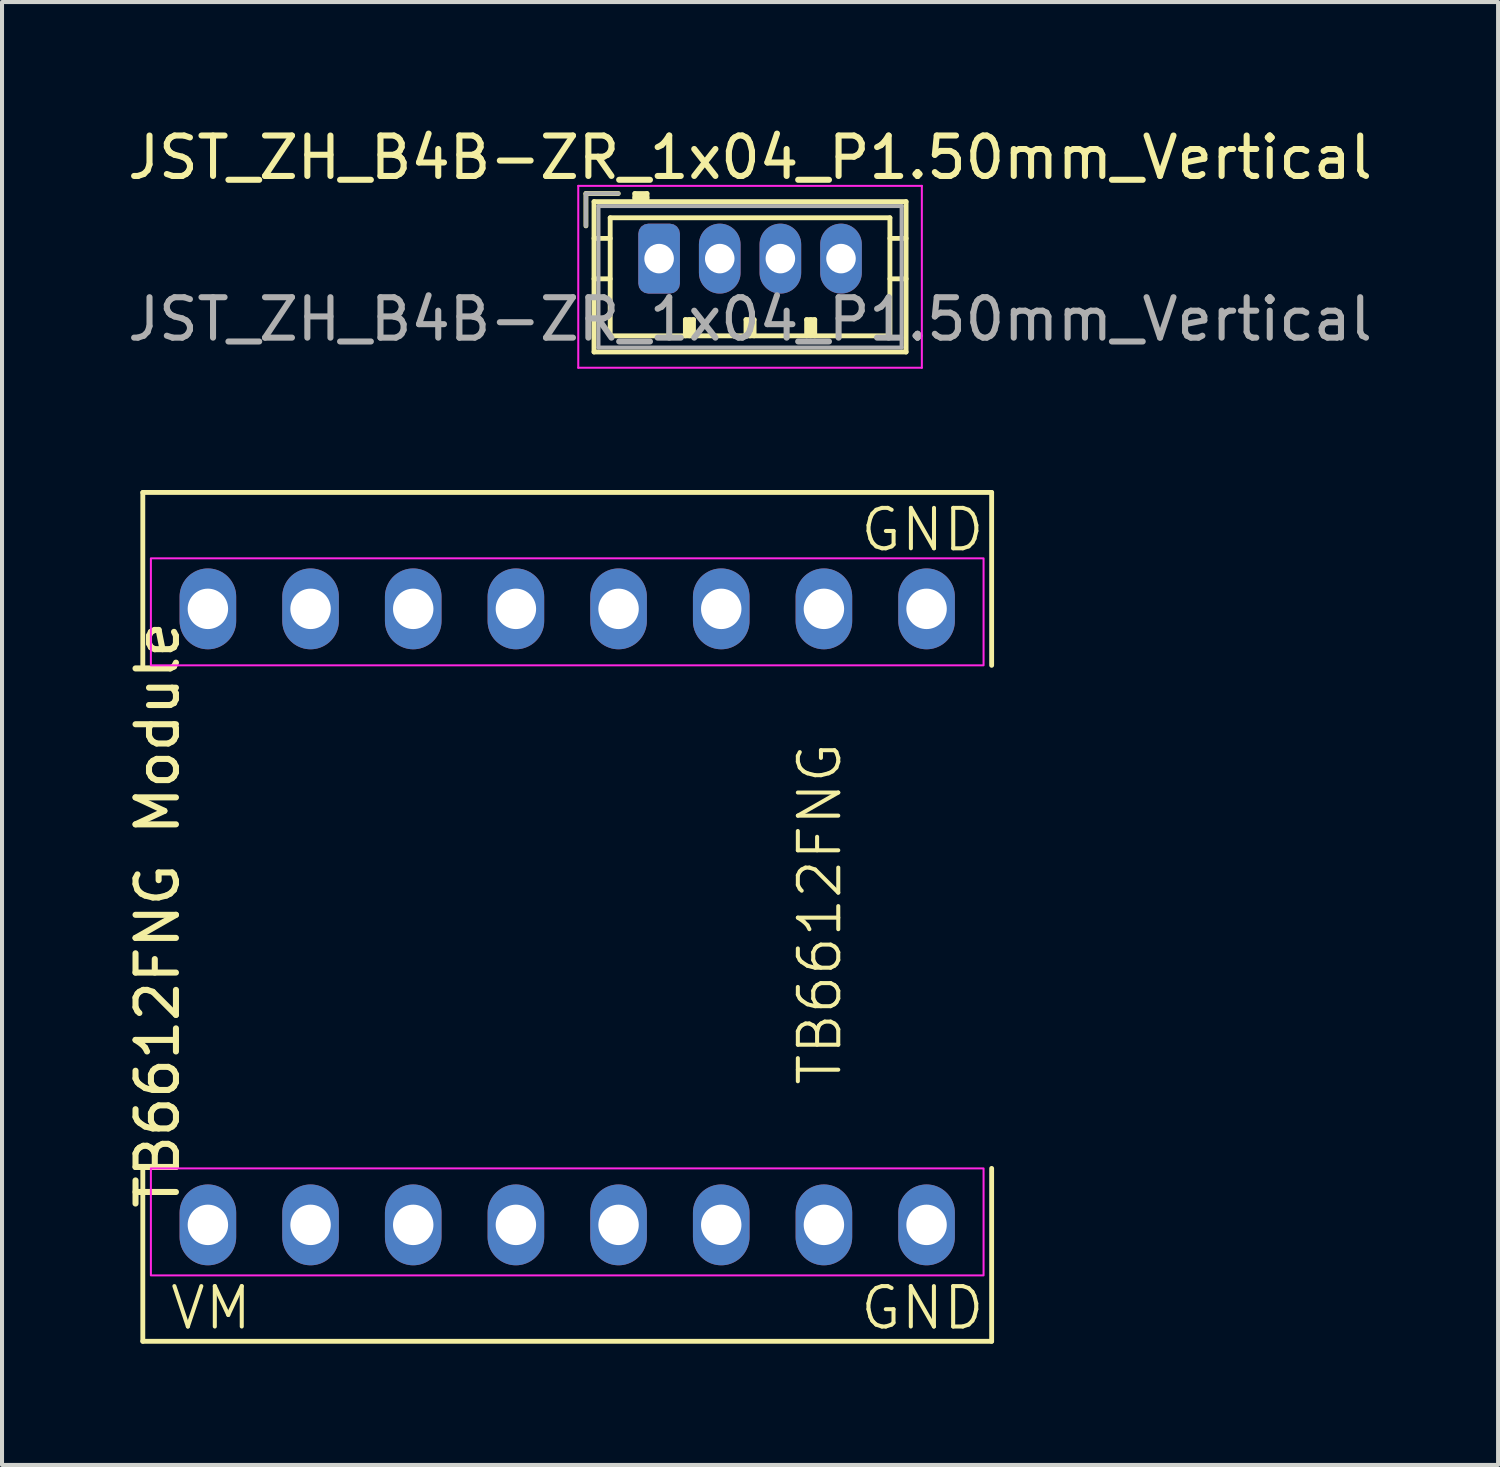
<source format=kicad_pcb>
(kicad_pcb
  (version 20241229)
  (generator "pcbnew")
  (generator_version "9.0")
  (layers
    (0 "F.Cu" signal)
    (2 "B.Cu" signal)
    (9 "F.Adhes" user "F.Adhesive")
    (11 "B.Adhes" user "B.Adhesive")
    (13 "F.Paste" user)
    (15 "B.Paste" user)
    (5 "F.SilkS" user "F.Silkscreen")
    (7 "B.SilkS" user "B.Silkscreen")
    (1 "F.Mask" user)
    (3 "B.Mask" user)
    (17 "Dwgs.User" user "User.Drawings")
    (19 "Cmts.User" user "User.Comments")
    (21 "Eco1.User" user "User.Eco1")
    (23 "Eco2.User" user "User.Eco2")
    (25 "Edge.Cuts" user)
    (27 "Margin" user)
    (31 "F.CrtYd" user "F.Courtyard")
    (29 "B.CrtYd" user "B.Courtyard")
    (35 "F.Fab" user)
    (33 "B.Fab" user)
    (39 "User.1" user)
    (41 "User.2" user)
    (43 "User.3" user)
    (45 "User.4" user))
  (footprint "JST_ZH_B4B-ZR_1x04_P1.50mm_Vertical"
    (layer "F.Cu")
    (at 13.256 3.348)
    (property "Reference" "JST_ZH_B4B-ZR_1x04_P1.50mm_Vertical" (at 2.25 -2.5 0) (layer "F.SilkS") (effects (font (size 1 1) (thickness 0.15))))
    (attr through_hole)
    (fp_line (start -1.81 -1.61) (end -1.81 -0.81) (stroke (width 0.12) (type solid)) (layer "F.SilkS"))
    (fp_line (start -1.61 -1.41) (end -1.61 2.31) (stroke (width 0.12) (type solid)) (layer "F.SilkS"))
    (fp_line (start -1.61 -0.5) (end -1.21 -0.5) (stroke (width 0.12) (type solid)) (layer "F.SilkS"))
    (fp_line (start -1.61 0.5) (end -1.21 0.5) (stroke (width 0.12) (type solid)) (layer "F.SilkS"))
    (fp_line (start -1.61 2.31) (end 6.11 2.31) (stroke (width 0.12) (type solid)) (layer "F.SilkS"))
    (fp_line (start -1.21 -1.01) (end -1.21 1.91) (stroke (width 0.12) (type solid)) (layer "F.SilkS"))
    (fp_line (start -1.21 1.91) (end 5.71 1.91) (stroke (width 0.12) (type solid)) (layer "F.SilkS"))
    (fp_line (start -1.01 -1.61) (end -1.81 -1.61) (stroke (width 0.12) (type solid)) (layer "F.SilkS"))
    (fp_line (start -0.6 -1.61) (end -0.6 -1.41) (stroke (width 0.12) (type solid)) (layer "F.SilkS"))
    (fp_line (start -0.3 -1.61) (end -0.6 -1.61) (stroke (width 0.12) (type solid)) (layer "F.SilkS"))
    (fp_line (start -0.3 -1.51) (end -0.6 -1.51) (stroke (width 0.12) (type solid)) (layer "F.SilkS"))
    (fp_line (start -0.3 -1.41) (end -0.3 -1.61) (stroke (width 0.12) (type solid)) (layer "F.SilkS"))
    (fp_line (start 0.65 1.51) (end 0.85 1.51) (stroke (width 0.12) (type solid)) (layer "F.SilkS"))
    (fp_line (start 0.65 1.91) (end 0.65 1.51) (stroke (width 0.12) (type solid)) (layer "F.SilkS"))
    (fp_line (start 0.75 1.91) (end 0.75 1.51) (stroke (width 0.12) (type solid)) (layer "F.SilkS"))
    (fp_line (start 0.85 1.51) (end 0.85 1.91) (stroke (width 0.12) (type solid)) (layer "F.SilkS"))
    (fp_line (start 2.15 1.51) (end 2.35 1.51) (stroke (width 0.12) (type solid)) (layer "F.SilkS"))
    (fp_line (start 2.15 1.91) (end 2.15 1.51) (stroke (width 0.12) (type solid)) (layer "F.SilkS"))
    (fp_line (start 2.25 1.91) (end 2.25 1.51) (stroke (width 0.12) (type solid)) (layer "F.SilkS"))
    (fp_line (start 2.35 1.51) (end 2.35 1.91) (stroke (width 0.12) (type solid)) (layer "F.SilkS"))
    (fp_line (start 3.65 1.51) (end 3.85 1.51) (stroke (width 0.12) (type solid)) (layer "F.SilkS"))
    (fp_line (start 3.65 1.91) (end 3.65 1.51) (stroke (width 0.12) (type solid)) (layer "F.SilkS"))
    (fp_line (start 3.75 1.91) (end 3.75 1.51) (stroke (width 0.12) (type solid)) (layer "F.SilkS"))
    (fp_line (start 3.85 1.51) (end 3.85 1.91) (stroke (width 0.12) (type solid)) (layer "F.SilkS"))
    (fp_line (start 5.71 -1.01) (end -1.21 -1.01) (stroke (width 0.12) (type solid)) (layer "F.SilkS"))
    (fp_line (start 5.71 1.91) (end 5.71 -1.01) (stroke (width 0.12) (type solid)) (layer "F.SilkS"))
    (fp_line (start 6.11 -1.41) (end -1.61 -1.41) (stroke (width 0.12) (type solid)) (layer "F.SilkS"))
    (fp_line (start 6.11 -0.5) (end 5.71 -0.5) (stroke (width 0.12) (type solid)) (layer "F.SilkS"))
    (fp_line (start 6.11 0.5) (end 5.71 0.5) (stroke (width 0.12) (type solid)) (layer "F.SilkS"))
    (fp_line (start 6.11 2.31) (end 6.11 -1.41) (stroke (width 0.12) (type solid)) (layer "F.SilkS"))
    (fp_line (start -2 -1.8) (end -2 2.7) (stroke (width 0.05) (type solid)) (layer "F.CrtYd"))
    (fp_line (start -2 2.7) (end 6.5 2.7) (stroke (width 0.05) (type solid)) (layer "F.CrtYd"))
    (fp_line (start 6.5 -1.8) (end -2 -1.8) (stroke (width 0.05) (type solid)) (layer "F.CrtYd"))
    (fp_line (start 6.5 2.7) (end 6.5 -1.8) (stroke (width 0.05) (type solid)) (layer "F.CrtYd"))
    (fp_line (start -1.81 -1.61) (end -1.81 -0.81) (stroke (width 0.1) (type solid)) (layer "F.Fab"))
    (fp_line (start -1.5 -1.3) (end -1.5 2.2) (stroke (width 0.1) (type solid)) (layer "F.Fab"))
    (fp_line (start -1.5 2.2) (end 6 2.2) (stroke (width 0.1) (type solid)) (layer "F.Fab"))
    (fp_line (start -1.01 -1.61) (end -1.81 -1.61) (stroke (width 0.1) (type solid)) (layer "F.Fab"))
    (fp_line (start 6 -1.3) (end -1.5 -1.3) (stroke (width 0.1) (type solid)) (layer "F.Fab"))
    (fp_line (start 6 2.2) (end 6 -1.3) (stroke (width 0.1) (type solid)) (layer "F.Fab"))
    (fp_text user "${REFERENCE}" (at 2.25 1.5 0) (layer "F.Fab") (effects (font (size 1 1) (thickness 0.15))))
    (pad "1" thru_hole roundrect (at 0 0) (size 1.03 1.73) (drill 0.73) (layers "*.Cu" "*.Mask") (roundrect_rratio 0.243))
    (pad "2" thru_hole oval (at 1.5 0) (size 1.03 1.73) (drill 0.73) (layers "*.Cu" "*.Mask"))
    (pad "3" thru_hole oval (at 3 0) (size 1.03 1.73) (drill 0.73) (layers "*.Cu" "*.Mask"))
    (pad "4" thru_hole oval (at 4.5 0) (size 1.03 1.73) (drill 0.73) (layers "*.Cu" "*.Mask")))
  (footprint "TB6612FNG Module"
    (layer "F.Cu")
    (at 10.983 19.633)
    (property "Reference" "TB6612FNG Module" (at -10.135 -0.051 90) (layer "F.SilkS") (effects (font (size 1 1) (thickness 0.15))))
    (attr through_hole)
    (fp_line (start -10.5 -6.223) (end -10.5 -10.5) (stroke (width 0.12) (type default)) (layer "F.SilkS"))
    (fp_line (start -10.5 10.5) (end -10.5 6.223) (stroke (width 0.12) (type default)) (layer "F.SilkS"))
    (fp_line (start -10.5 10.5) (end 10.5 10.5) (stroke (width 0.12) (type default)) (layer "F.SilkS"))
    (fp_line (start 10.5 -10.5) (end -10.5 -10.5) (stroke (width 0.12) (type default)) (layer "F.SilkS"))
    (fp_line (start 10.5 -10.5) (end 10.5 -6.223) (stroke (width 0.12) (type default)) (layer "F.SilkS"))
    (fp_line (start 10.5 10.5) (end 10.5 6.223) (stroke (width 0.12) (type default)) (layer "F.SilkS"))
    (fp_rect (start -10.3 -8.87) (end 10.3 -6.223) (stroke (width 0.05) (type default)) (fill no) (layer "F.CrtYd"))
    (fp_rect (start -10.3 8.87) (end 10.3 6.223) (stroke (width 0.05) (type default)) (fill no) (layer "F.CrtYd"))
    (fp_text user "VM" (at -8.814 9.677 0) (unlocked yes) (layer "F.SilkS") (effects (font (size 1 1) (thickness 0.1))))
    (fp_text user "GND" (at 8.788 -9.576 0) (unlocked yes) (layer "F.SilkS") (effects (font (size 1 1) (thickness 0.1))))
    (fp_text user "TB6612FNG" (at 6.248 -0.076 90) (unlocked yes) (layer "F.SilkS") (effects (font (size 1 1) (thickness 0.1))))
    (fp_text user "GND" (at 8.786 9.677 0) (unlocked yes) (layer "F.SilkS") (effects (font (size 1 1) (thickness 0.1))))
    (pad "1" thru_hole oval (at -8.89 7.62) (size 1.4 2) (drill 1) (layers "*.Cu" "*.Mask"))
    (pad "2" thru_hole oval (at -6.35 7.62) (size 1.4 2) (drill 1) (layers "*.Cu" "*.Mask"))
    (pad "3" thru_hole oval (at -3.81 7.62) (size 1.4 2) (drill 1) (layers "*.Cu" "*.Mask"))
    (pad "4" thru_hole oval (at -1.27 7.62) (size 1.4 2) (drill 1) (layers "*.Cu" "*.Mask"))
    (pad "5" thru_hole oval (at 1.27 7.62) (size 1.4 2) (drill 1) (layers "*.Cu" "*.Mask"))
    (pad "6" thru_hole oval (at 3.81 7.62) (size 1.4 2) (drill 1) (layers "*.Cu" "*.Mask"))
    (pad "7" thru_hole oval (at 6.35 7.62) (size 1.4 2) (drill 1) (layers "*.Cu" "*.Mask"))
    (pad "8" thru_hole oval (at 8.89 7.62) (size 1.4 2) (drill 1) (layers "*.Cu" "*.Mask"))
    (pad "9" thru_hole oval (at 8.89 -7.62) (size 1.4 2) (drill 1) (layers "*.Cu" "*.Mask"))
    (pad "10" thru_hole oval (at 6.35 -7.62) (size 1.4 2) (drill 1) (layers "*.Cu" "*.Mask"))
    (pad "11" thru_hole oval (at 3.81 -7.62) (size 1.4 2) (drill 1) (layers "*.Cu" "*.Mask"))
    (pad "12" thru_hole oval (at 1.27 -7.62) (size 1.4 2) (drill 1) (layers "*.Cu" "*.Mask"))
    (pad "13" thru_hole oval (at -1.27 -7.62) (size 1.4 2) (drill 1) (layers "*.Cu" "*.Mask"))
    (pad "14" thru_hole oval (at -3.81 -7.62) (size 1.4 2) (drill 1) (layers "*.Cu" "*.Mask"))
    (pad "15" thru_hole oval (at -6.35 -7.62) (size 1.4 2) (drill 1) (layers "*.Cu" "*.Mask"))
    (pad "16" thru_hole oval (at -8.89 -7.62) (size 1.4 2) (drill 1) (layers "*.Cu" "*.Mask")))
  (gr_rect
    (start -3 -3)
    (end 34.012 33.193)
    (stroke (width 0.1) (type default))
    (fill no)
    (layer "Edge.Cuts")))
</source>
